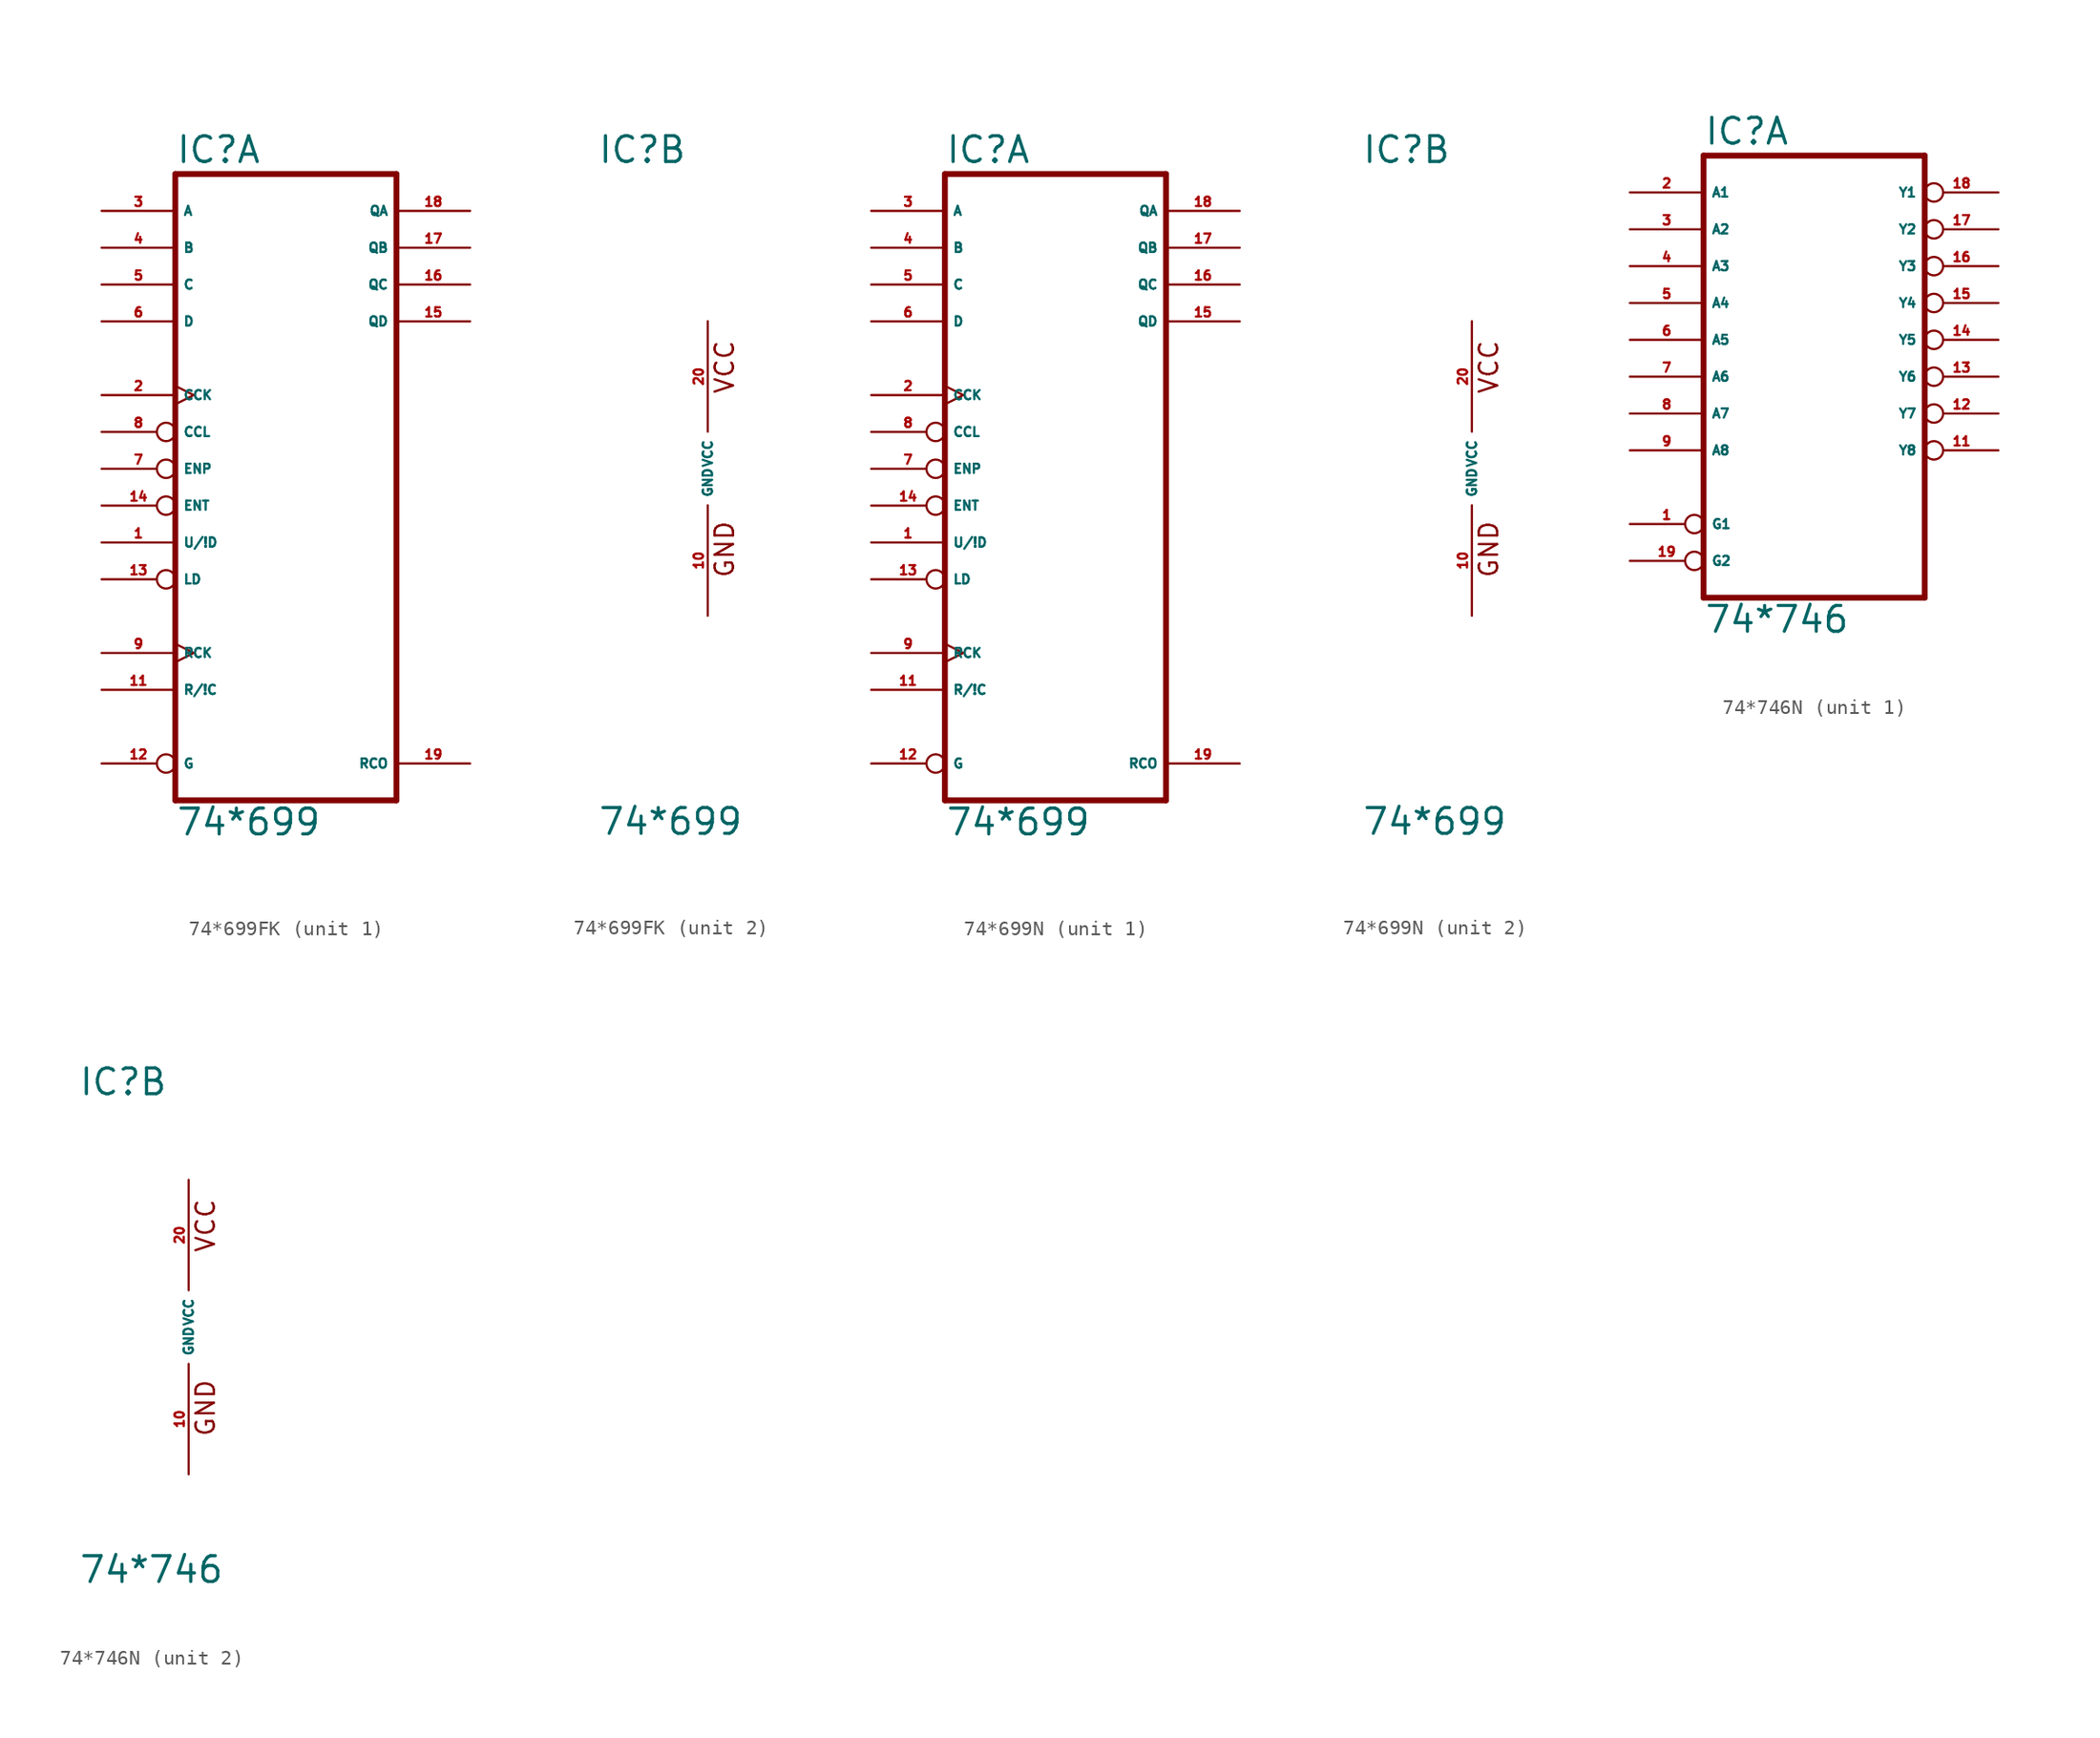
<source format=kicad_sym>
(kicad_symbol_lib
  (version 20220914)
  (generator Eagle2Kicad)
  (symbol "74*699FK"
    (property "Reference" "IC"
      (at -7.62 20.955 0)
      (effects (font (size 1.778 1.778) (thickness 0.22)) (justify left bottom)))
    (property "Value" "74*699"
      (at -7.62 -25.4 0)
      (effects (font (size 1.778 1.778) (thickness 0.22)) (justify left bottom)))
    (symbol "74*699FK_1_0"
      (polyline (pts (xy -7.62 -22.86) (xy 7.62 -22.86)) (stroke (width 0.406) (type default)) (fill (type none)))
      (polyline (pts (xy 7.62 -22.86) (xy 7.62 20.32)) (stroke (width 0.406) (type default)) (fill (type none)))
      (polyline (pts (xy 7.62 20.32) (xy -7.62 20.32)) (stroke (width 0.406) (type default)) (fill (type none)))
      (polyline (pts (xy -7.62 20.32) (xy -7.62 -22.86)) (stroke (width 0.406) (type default)) (fill (type none)))
      (pin input line (at -12.7 -5.08 0) (length 5.08) (name "U/!D" (effects (font (size 0.635 0.635) (thickness 0.08)) (justify left bottom))) (number "1" (effects (font (size 0.635 0.635) (thickness 0.08)) (justify left bottom))))
      (pin input clock (at -12.7 5.08 0) (length 5.08) (name "CCK" (effects (font (size 0.635 0.635) (thickness 0.08)) (justify left bottom))) (number "2" (effects (font (size 0.635 0.635) (thickness 0.08)) (justify left bottom))))
      (pin input line (at -12.7 17.78 0) (length 5.08) (name "A" (effects (font (size 0.635 0.635) (thickness 0.08)) (justify left bottom))) (number "3" (effects (font (size 0.635 0.635) (thickness 0.08)) (justify left bottom))))
      (pin input line (at -12.7 15.24 0) (length 5.08) (name "B" (effects (font (size 0.635 0.635) (thickness 0.08)) (justify left bottom))) (number "4" (effects (font (size 0.635 0.635) (thickness 0.08)) (justify left bottom))))
      (pin input line (at -12.7 12.7 0) (length 5.08) (name "C" (effects (font (size 0.635 0.635) (thickness 0.08)) (justify left bottom))) (number "5" (effects (font (size 0.635 0.635) (thickness 0.08)) (justify left bottom))))
      (pin input line (at -12.7 10.16 0) (length 5.08) (name "D" (effects (font (size 0.635 0.635) (thickness 0.08)) (justify left bottom))) (number "6" (effects (font (size 0.635 0.635) (thickness 0.08)) (justify left bottom))))
      (pin input inverted (at -12.7 0 0) (length 5.08) (name "ENP" (effects (font (size 0.635 0.635) (thickness 0.08)) (justify left bottom))) (number "7" (effects (font (size 0.635 0.635) (thickness 0.08)) (justify left bottom))))
      (pin input inverted (at -12.7 2.54 0) (length 5.08) (name "CCL" (effects (font (size 0.635 0.635) (thickness 0.08)) (justify left bottom))) (number "8" (effects (font (size 0.635 0.635) (thickness 0.08)) (justify left bottom))))
      (pin input clock (at -12.7 -12.7 0) (length 5.08) (name "RCK" (effects (font (size 0.635 0.635) (thickness 0.08)) (justify left bottom))) (number "9" (effects (font (size 0.635 0.635) (thickness 0.08)) (justify left bottom))))
      (pin input line (at -12.7 -15.24 0) (length 5.08) (name "R/!C" (effects (font (size 0.635 0.635) (thickness 0.08)) (justify left bottom))) (number "11" (effects (font (size 0.635 0.635) (thickness 0.08)) (justify left bottom))))
      (pin input inverted (at -12.7 -20.32 0) (length 5.08) (name "G" (effects (font (size 0.635 0.635) (thickness 0.08)) (justify left bottom))) (number "12" (effects (font (size 0.635 0.635) (thickness 0.08)) (justify left bottom))))
      (pin input inverted (at -12.7 -7.62 0) (length 5.08) (name "LD" (effects (font (size 0.635 0.635) (thickness 0.08)) (justify left bottom))) (number "13" (effects (font (size 0.635 0.635) (thickness 0.08)) (justify left bottom))))
      (pin input inverted (at -12.7 -2.54 0) (length 5.08) (name "ENT" (effects (font (size 0.635 0.635) (thickness 0.08)) (justify left bottom))) (number "14" (effects (font (size 0.635 0.635) (thickness 0.08)) (justify left bottom))))
      (pin tri_state line (at 12.7 10.16 180) (length 5.08) (name "QD" (effects (font (size 0.635 0.635) (thickness 0.08)) (justify left bottom))) (number "15" (effects (font (size 0.635 0.635) (thickness 0.08)) (justify left bottom))))
      (pin tri_state line (at 12.7 12.7 180) (length 5.08) (name "QC" (effects (font (size 0.635 0.635) (thickness 0.08)) (justify left bottom))) (number "16" (effects (font (size 0.635 0.635) (thickness 0.08)) (justify left bottom))))
      (pin tri_state line (at 12.7 15.24 180) (length 5.08) (name "QB" (effects (font (size 0.635 0.635) (thickness 0.08)) (justify left bottom))) (number "17" (effects (font (size 0.635 0.635) (thickness 0.08)) (justify left bottom))))
      (pin tri_state line (at 12.7 17.78 180) (length 5.08) (name "QA" (effects (font (size 0.635 0.635) (thickness 0.08)) (justify left bottom))) (number "18" (effects (font (size 0.635 0.635) (thickness 0.08)) (justify left bottom))))
      (pin output line (at 12.7 -20.32 180) (length 5.08) (name "RCO" (effects (font (size 0.635 0.635) (thickness 0.08)) (justify left bottom))) (number "19" (effects (font (size 0.635 0.635) (thickness 0.08)) (justify left bottom)))))
    (symbol "74*699FK_2_0"
      (text "GND" (at 1.905 -7.62 900) (effects (font (size 1.27 1.27) (thickness 0.16)) (justify left bottom)))
      (text "VCC" (at 1.905 5.08 900) (effects (font (size 1.27 1.27) (thickness 0.16)) (justify left bottom)))
      (pin unspecified line (at 0 -10.16 90) (length 7.62) (name "GND" (effects (font (size 0.635 0.635) (thickness 0.08)) (justify left bottom))) (number "10" (effects (font (size 0.635 0.635) (thickness 0.08)) (justify left bottom))))
      (pin unspecified line (at 0 10.16 270) (length 7.62) (name "VCC" (effects (font (size 0.635 0.635) (thickness 0.08)) (justify left bottom))) (number "20" (effects (font (size 0.635 0.635) (thickness 0.08)) (justify left bottom))))))
  (symbol "74*699N"
    (property "Reference" "IC"
      (at -7.62 20.955 0)
      (effects (font (size 1.778 1.778) (thickness 0.22)) (justify left bottom)))
    (property "Value" "74*699"
      (at -7.62 -25.4 0)
      (effects (font (size 1.778 1.778) (thickness 0.22)) (justify left bottom)))
    (symbol "74*699N_1_0"
      (polyline (pts (xy -7.62 -22.86) (xy 7.62 -22.86)) (stroke (width 0.406) (type default)) (fill (type none)))
      (polyline (pts (xy 7.62 -22.86) (xy 7.62 20.32)) (stroke (width 0.406) (type default)) (fill (type none)))
      (polyline (pts (xy 7.62 20.32) (xy -7.62 20.32)) (stroke (width 0.406) (type default)) (fill (type none)))
      (polyline (pts (xy -7.62 20.32) (xy -7.62 -22.86)) (stroke (width 0.406) (type default)) (fill (type none)))
      (pin input line (at -12.7 -5.08 0) (length 5.08) (name "U/!D" (effects (font (size 0.635 0.635) (thickness 0.08)) (justify left bottom))) (number "1" (effects (font (size 0.635 0.635) (thickness 0.08)) (justify left bottom))))
      (pin input clock (at -12.7 5.08 0) (length 5.08) (name "CCK" (effects (font (size 0.635 0.635) (thickness 0.08)) (justify left bottom))) (number "2" (effects (font (size 0.635 0.635) (thickness 0.08)) (justify left bottom))))
      (pin input line (at -12.7 17.78 0) (length 5.08) (name "A" (effects (font (size 0.635 0.635) (thickness 0.08)) (justify left bottom))) (number "3" (effects (font (size 0.635 0.635) (thickness 0.08)) (justify left bottom))))
      (pin input line (at -12.7 15.24 0) (length 5.08) (name "B" (effects (font (size 0.635 0.635) (thickness 0.08)) (justify left bottom))) (number "4" (effects (font (size 0.635 0.635) (thickness 0.08)) (justify left bottom))))
      (pin input line (at -12.7 12.7 0) (length 5.08) (name "C" (effects (font (size 0.635 0.635) (thickness 0.08)) (justify left bottom))) (number "5" (effects (font (size 0.635 0.635) (thickness 0.08)) (justify left bottom))))
      (pin input line (at -12.7 10.16 0) (length 5.08) (name "D" (effects (font (size 0.635 0.635) (thickness 0.08)) (justify left bottom))) (number "6" (effects (font (size 0.635 0.635) (thickness 0.08)) (justify left bottom))))
      (pin input inverted (at -12.7 0 0) (length 5.08) (name "ENP" (effects (font (size 0.635 0.635) (thickness 0.08)) (justify left bottom))) (number "7" (effects (font (size 0.635 0.635) (thickness 0.08)) (justify left bottom))))
      (pin input inverted (at -12.7 2.54 0) (length 5.08) (name "CCL" (effects (font (size 0.635 0.635) (thickness 0.08)) (justify left bottom))) (number "8" (effects (font (size 0.635 0.635) (thickness 0.08)) (justify left bottom))))
      (pin input clock (at -12.7 -12.7 0) (length 5.08) (name "RCK" (effects (font (size 0.635 0.635) (thickness 0.08)) (justify left bottom))) (number "9" (effects (font (size 0.635 0.635) (thickness 0.08)) (justify left bottom))))
      (pin input line (at -12.7 -15.24 0) (length 5.08) (name "R/!C" (effects (font (size 0.635 0.635) (thickness 0.08)) (justify left bottom))) (number "11" (effects (font (size 0.635 0.635) (thickness 0.08)) (justify left bottom))))
      (pin input inverted (at -12.7 -20.32 0) (length 5.08) (name "G" (effects (font (size 0.635 0.635) (thickness 0.08)) (justify left bottom))) (number "12" (effects (font (size 0.635 0.635) (thickness 0.08)) (justify left bottom))))
      (pin input inverted (at -12.7 -7.62 0) (length 5.08) (name "LD" (effects (font (size 0.635 0.635) (thickness 0.08)) (justify left bottom))) (number "13" (effects (font (size 0.635 0.635) (thickness 0.08)) (justify left bottom))))
      (pin input inverted (at -12.7 -2.54 0) (length 5.08) (name "ENT" (effects (font (size 0.635 0.635) (thickness 0.08)) (justify left bottom))) (number "14" (effects (font (size 0.635 0.635) (thickness 0.08)) (justify left bottom))))
      (pin tri_state line (at 12.7 10.16 180) (length 5.08) (name "QD" (effects (font (size 0.635 0.635) (thickness 0.08)) (justify left bottom))) (number "15" (effects (font (size 0.635 0.635) (thickness 0.08)) (justify left bottom))))
      (pin tri_state line (at 12.7 12.7 180) (length 5.08) (name "QC" (effects (font (size 0.635 0.635) (thickness 0.08)) (justify left bottom))) (number "16" (effects (font (size 0.635 0.635) (thickness 0.08)) (justify left bottom))))
      (pin tri_state line (at 12.7 15.24 180) (length 5.08) (name "QB" (effects (font (size 0.635 0.635) (thickness 0.08)) (justify left bottom))) (number "17" (effects (font (size 0.635 0.635) (thickness 0.08)) (justify left bottom))))
      (pin tri_state line (at 12.7 17.78 180) (length 5.08) (name "QA" (effects (font (size 0.635 0.635) (thickness 0.08)) (justify left bottom))) (number "18" (effects (font (size 0.635 0.635) (thickness 0.08)) (justify left bottom))))
      (pin output line (at 12.7 -20.32 180) (length 5.08) (name "RCO" (effects (font (size 0.635 0.635) (thickness 0.08)) (justify left bottom))) (number "19" (effects (font (size 0.635 0.635) (thickness 0.08)) (justify left bottom)))))
    (symbol "74*699N_2_0"
      (text "GND" (at 1.905 -7.62 900) (effects (font (size 1.27 1.27) (thickness 0.16)) (justify left bottom)))
      (text "VCC" (at 1.905 5.08 900) (effects (font (size 1.27 1.27) (thickness 0.16)) (justify left bottom)))
      (pin unspecified line (at 0 -10.16 90) (length 7.62) (name "GND" (effects (font (size 0.635 0.635) (thickness 0.08)) (justify left bottom))) (number "10" (effects (font (size 0.635 0.635) (thickness 0.08)) (justify left bottom))))
      (pin unspecified line (at 0 10.16 270) (length 7.62) (name "VCC" (effects (font (size 0.635 0.635) (thickness 0.08)) (justify left bottom))) (number "20" (effects (font (size 0.635 0.635) (thickness 0.08)) (justify left bottom))))))
  (symbol "74*746N"
    (property "Reference" "IC"
      (at -7.62 15.875 0)
      (effects (font (size 1.778 1.778) (thickness 0.22)) (justify left bottom)))
    (property "Value" "74*746"
      (at -7.62 -17.78 0)
      (effects (font (size 1.778 1.778) (thickness 0.22)) (justify left bottom)))
    (symbol "74*746N_1_0"
      (polyline (pts (xy -7.62 -15.24) (xy 7.62 -15.24)) (stroke (width 0.406) (type default)) (fill (type none)))
      (polyline (pts (xy 7.62 -15.24) (xy 7.62 15.24)) (stroke (width 0.406) (type default)) (fill (type none)))
      (polyline (pts (xy 7.62 15.24) (xy -7.62 15.24)) (stroke (width 0.406) (type default)) (fill (type none)))
      (polyline (pts (xy -7.62 15.24) (xy -7.62 -15.24)) (stroke (width 0.406) (type default)) (fill (type none)))
      (pin input inverted (at -12.7 -10.16 0) (length 5.08) (name "G1" (effects (font (size 0.635 0.635) (thickness 0.08)) (justify left bottom))) (number "1" (effects (font (size 0.635 0.635) (thickness 0.08)) (justify left bottom))))
      (pin input line (at -12.7 12.7 0) (length 5.08) (name "A1" (effects (font (size 0.635 0.635) (thickness 0.08)) (justify left bottom))) (number "2" (effects (font (size 0.635 0.635) (thickness 0.08)) (justify left bottom))))
      (pin input line (at -12.7 10.16 0) (length 5.08) (name "A2" (effects (font (size 0.635 0.635) (thickness 0.08)) (justify left bottom))) (number "3" (effects (font (size 0.635 0.635) (thickness 0.08)) (justify left bottom))))
      (pin input line (at -12.7 7.62 0) (length 5.08) (name "A3" (effects (font (size 0.635 0.635) (thickness 0.08)) (justify left bottom))) (number "4" (effects (font (size 0.635 0.635) (thickness 0.08)) (justify left bottom))))
      (pin input line (at -12.7 5.08 0) (length 5.08) (name "A4" (effects (font (size 0.635 0.635) (thickness 0.08)) (justify left bottom))) (number "5" (effects (font (size 0.635 0.635) (thickness 0.08)) (justify left bottom))))
      (pin input line (at -12.7 2.54 0) (length 5.08) (name "A5" (effects (font (size 0.635 0.635) (thickness 0.08)) (justify left bottom))) (number "6" (effects (font (size 0.635 0.635) (thickness 0.08)) (justify left bottom))))
      (pin input line (at -12.7 0 0) (length 5.08) (name "A6" (effects (font (size 0.635 0.635) (thickness 0.08)) (justify left bottom))) (number "7" (effects (font (size 0.635 0.635) (thickness 0.08)) (justify left bottom))))
      (pin input line (at -12.7 -2.54 0) (length 5.08) (name "A7" (effects (font (size 0.635 0.635) (thickness 0.08)) (justify left bottom))) (number "8" (effects (font (size 0.635 0.635) (thickness 0.08)) (justify left bottom))))
      (pin input line (at -12.7 -5.08 0) (length 5.08) (name "A8" (effects (font (size 0.635 0.635) (thickness 0.08)) (justify left bottom))) (number "9" (effects (font (size 0.635 0.635) (thickness 0.08)) (justify left bottom))))
      (pin output inverted (at 12.7 -5.08 180) (length 5.08) (name "Y8" (effects (font (size 0.635 0.635) (thickness 0.08)) (justify left bottom))) (number "11" (effects (font (size 0.635 0.635) (thickness 0.08)) (justify left bottom))))
      (pin output inverted (at 12.7 -2.54 180) (length 5.08) (name "Y7" (effects (font (size 0.635 0.635) (thickness 0.08)) (justify left bottom))) (number "12" (effects (font (size 0.635 0.635) (thickness 0.08)) (justify left bottom))))
      (pin output inverted (at 12.7 0 180) (length 5.08) (name "Y6" (effects (font (size 0.635 0.635) (thickness 0.08)) (justify left bottom))) (number "13" (effects (font (size 0.635 0.635) (thickness 0.08)) (justify left bottom))))
      (pin output inverted (at 12.7 2.54 180) (length 5.08) (name "Y5" (effects (font (size 0.635 0.635) (thickness 0.08)) (justify left bottom))) (number "14" (effects (font (size 0.635 0.635) (thickness 0.08)) (justify left bottom))))
      (pin output inverted (at 12.7 5.08 180) (length 5.08) (name "Y4" (effects (font (size 0.635 0.635) (thickness 0.08)) (justify left bottom))) (number "15" (effects (font (size 0.635 0.635) (thickness 0.08)) (justify left bottom))))
      (pin output inverted (at 12.7 7.62 180) (length 5.08) (name "Y3" (effects (font (size 0.635 0.635) (thickness 0.08)) (justify left bottom))) (number "16" (effects (font (size 0.635 0.635) (thickness 0.08)) (justify left bottom))))
      (pin output inverted (at 12.7 10.16 180) (length 5.08) (name "Y2" (effects (font (size 0.635 0.635) (thickness 0.08)) (justify left bottom))) (number "17" (effects (font (size 0.635 0.635) (thickness 0.08)) (justify left bottom))))
      (pin output inverted (at 12.7 12.7 180) (length 5.08) (name "Y1" (effects (font (size 0.635 0.635) (thickness 0.08)) (justify left bottom))) (number "18" (effects (font (size 0.635 0.635) (thickness 0.08)) (justify left bottom))))
      (pin input inverted (at -12.7 -12.7 0) (length 5.08) (name "G2" (effects (font (size 0.635 0.635) (thickness 0.08)) (justify left bottom))) (number "19" (effects (font (size 0.635 0.635) (thickness 0.08)) (justify left bottom)))))
    (symbol "74*746N_2_0"
      (text "GND" (at 1.905 -7.62 900) (effects (font (size 1.27 1.27) (thickness 0.16)) (justify left bottom)))
      (text "VCC" (at 1.905 5.08 900) (effects (font (size 1.27 1.27) (thickness 0.16)) (justify left bottom)))
      (pin unspecified line (at 0 -10.16 90) (length 7.62) (name "GND" (effects (font (size 0.635 0.635) (thickness 0.08)) (justify left bottom))) (number "10" (effects (font (size 0.635 0.635) (thickness 0.08)) (justify left bottom))))
      (pin unspecified line (at 0 10.16 270) (length 7.62) (name "VCC" (effects (font (size 0.635 0.635) (thickness 0.08)) (justify left bottom))) (number "20" (effects (font (size 0.635 0.635) (thickness 0.08)) (justify left bottom)))))))
</source>
